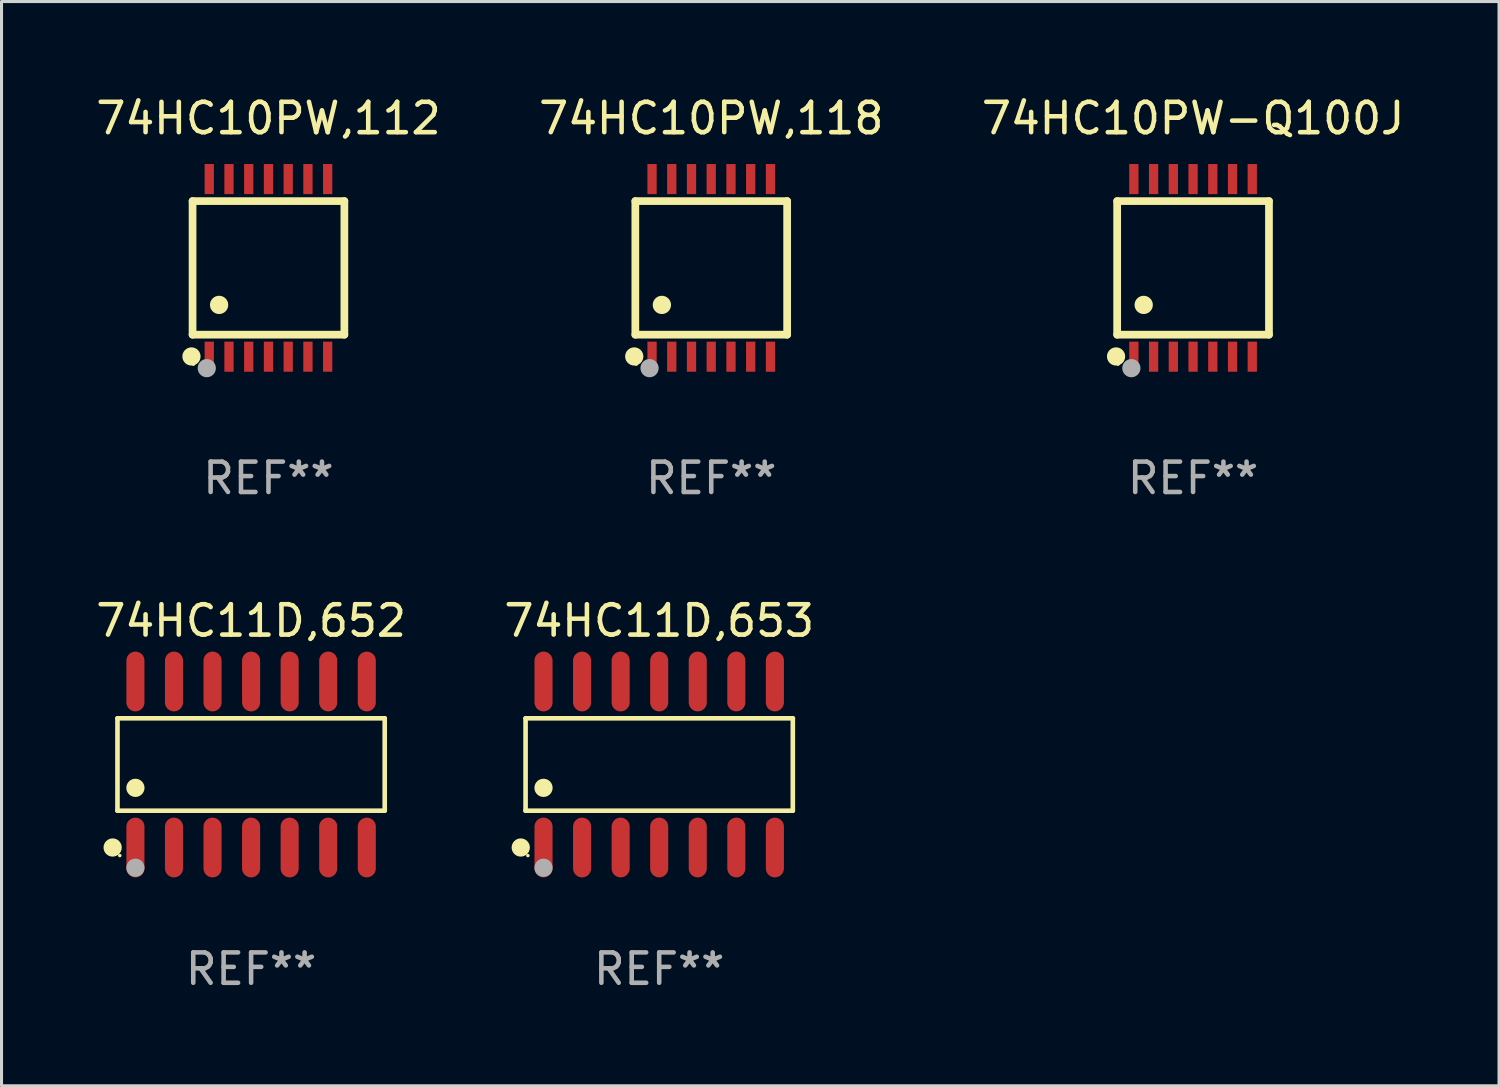
<source format=kicad_pcb>
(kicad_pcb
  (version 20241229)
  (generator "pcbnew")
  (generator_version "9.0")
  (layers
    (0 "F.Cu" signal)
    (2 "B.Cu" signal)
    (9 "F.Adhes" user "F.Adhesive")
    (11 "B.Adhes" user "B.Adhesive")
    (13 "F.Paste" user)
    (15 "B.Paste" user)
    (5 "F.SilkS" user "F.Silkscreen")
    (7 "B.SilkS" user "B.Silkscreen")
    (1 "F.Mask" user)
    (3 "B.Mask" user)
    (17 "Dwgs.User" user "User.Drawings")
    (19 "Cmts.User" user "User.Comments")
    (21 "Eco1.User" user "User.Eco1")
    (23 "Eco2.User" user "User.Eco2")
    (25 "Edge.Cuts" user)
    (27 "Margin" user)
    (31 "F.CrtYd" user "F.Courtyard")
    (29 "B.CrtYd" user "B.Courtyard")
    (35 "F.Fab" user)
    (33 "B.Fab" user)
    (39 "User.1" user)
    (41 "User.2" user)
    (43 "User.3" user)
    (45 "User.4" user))
  (footprint "74HC11D,653"
    (layer "F.Cu")
    (at 18.661 22.129)
    (property "Reference" "74HC11D,653" (at 0 -4.734 0) (layer "F.SilkS") (effects (font (size 1 1) (thickness 0.15))))
    (attr through_hole)
    (fp_line (start -4.401 -1.521) (end 4.401 -1.521) (stroke (width 0.152) (type solid)) (layer "F.SilkS"))
    (fp_line (start -4.401 1.521) (end -4.401 -1.521) (stroke (width 0.152) (type solid)) (layer "F.SilkS"))
    (fp_line (start 4.401 -1.521) (end 4.401 1.521) (stroke (width 0.152) (type solid)) (layer "F.SilkS"))
    (fp_line (start 4.401 1.521) (end -4.401 1.521) (stroke (width 0.152) (type solid)) (layer "F.SilkS"))
    (fp_circle (center -4.56 2.734) (end -4.41 2.734) (stroke (width 0.3) (type solid)) (fill no) (layer "F.SilkS"))
    (fp_circle (center -4.325 3) (end -4.295 3) (stroke (width 0.06) (type solid)) (fill no) (layer "F.SilkS"))
    (fp_circle (center -3.81 0.769) (end -3.66 0.769) (stroke (width 0.3) (type solid)) (fill no) (layer "F.SilkS"))
    (fp_circle (center -3.81 3.4) (end -3.66 3.4) (stroke (width 0.3) (type solid)) (fill no) (layer "F.Fab"))
    (fp_text user "REF**" (at 0 6.734 0) (layer "F.Fab") (effects (font (size 1 1) (thickness 0.15))))
    (pad "1" smd oval (at -3.81 2.734) (size 0.595 1.968) (layers "F.Cu" "F.Mask" "F.Paste"))
    (pad "2" smd oval (at -2.54 2.734) (size 0.595 1.968) (layers "F.Cu" "F.Mask" "F.Paste"))
    (pad "3" smd oval (at -1.27 2.734) (size 0.595 1.968) (layers "F.Cu" "F.Mask" "F.Paste"))
    (pad "4" smd oval (at 0 2.734) (size 0.595 1.968) (layers "F.Cu" "F.Mask" "F.Paste"))
    (pad "5" smd oval (at 1.27 2.734) (size 0.595 1.968) (layers "F.Cu" "F.Mask" "F.Paste"))
    (pad "6" smd oval (at 2.54 2.734) (size 0.595 1.968) (layers "F.Cu" "F.Mask" "F.Paste"))
    (pad "7" smd oval (at 3.81 2.734) (size 0.595 1.968) (layers "F.Cu" "F.Mask" "F.Paste"))
    (pad "8" smd oval (at 3.81 -2.734) (size 0.595 1.968) (layers "F.Cu" "F.Mask" "F.Paste"))
    (pad "9" smd oval (at 2.54 -2.734) (size 0.595 1.968) (layers "F.Cu" "F.Mask" "F.Paste"))
    (pad "10" smd oval (at 1.27 -2.734) (size 0.595 1.968) (layers "F.Cu" "F.Mask" "F.Paste"))
    (pad "11" smd oval (at 0 -2.734) (size 0.595 1.968) (layers "F.Cu" "F.Mask" "F.Paste"))
    (pad "12" smd oval (at -1.27 -2.734) (size 0.595 1.968) (layers "F.Cu" "F.Mask" "F.Paste"))
    (pad "13" smd oval (at -2.54 -2.734) (size 0.595 1.968) (layers "F.Cu" "F.Mask" "F.Paste"))
    (pad "14" smd oval (at -3.81 -2.734) (size 0.595 1.968) (layers "F.Cu" "F.Mask" "F.Paste")))
  (footprint "74HC10PW,118"
    (layer "F.Cu")
    (at 20.375 5.773)
    (property "Reference" "74HC10PW,118" (at 0 -4.925 0) (layer "F.SilkS") (effects (font (size 1 1) (thickness 0.15))))
    (attr through_hole)
    (fp_line (start -2.5 2.2) (end -2.5 -2.2) (stroke (width 0.254) (type solid)) (layer "F.SilkS"))
    (fp_line (start -2.5 2.2) (end 2.5 2.2) (stroke (width 0.254) (type solid)) (layer "F.SilkS"))
    (fp_line (start 2.5 -2.2) (end -2.5 -2.2) (stroke (width 0.254) (type solid)) (layer "F.SilkS"))
    (fp_line (start 2.5 -2.2) (end 2.5 2.2) (stroke (width 0.254) (type solid)) (layer "F.SilkS"))
    (fp_circle (center -2.536 2.917) (end -2.386 2.917) (stroke (width 0.3) (type solid)) (fill no) (layer "F.SilkS"))
    (fp_circle (center -2.47 3.17) (end -2.44 3.17) (stroke (width 0.06) (type solid)) (fill no) (layer "F.SilkS"))
    (fp_circle (center -1.626 1.219) (end -1.475 1.219) (stroke (width 0.3) (type solid)) (fill no) (layer "F.SilkS"))
    (fp_circle (center -2.032 3.302) (end -1.882 3.302) (stroke (width 0.3) (type solid)) (fill no) (layer "F.Fab"))
    (fp_text user "REF**" (at 0 6.925 0) (layer "F.Fab") (effects (font (size 1 1) (thickness 0.15))))
    (pad "1" smd rect (at -1.95 2.925) (size 0.305 0.991) (layers "F.Cu" "F.Mask" "F.Paste"))
    (pad "2" smd rect (at -1.3 2.925) (size 0.305 0.991) (layers "F.Cu" "F.Mask" "F.Paste"))
    (pad "3" smd rect (at -0.65 2.925) (size 0.305 0.991) (layers "F.Cu" "F.Mask" "F.Paste"))
    (pad "4" smd rect (at 0 2.925) (size 0.305 0.991) (layers "F.Cu" "F.Mask" "F.Paste"))
    (pad "5" smd rect (at 0.65 2.925) (size 0.305 0.991) (layers "F.Cu" "F.Mask" "F.Paste"))
    (pad "6" smd rect (at 1.3 2.925) (size 0.305 0.991) (layers "F.Cu" "F.Mask" "F.Paste"))
    (pad "7" smd rect (at 1.95 2.925) (size 0.305 0.991) (layers "F.Cu" "F.Mask" "F.Paste"))
    (pad "8" smd rect (at 1.95 -2.925) (size 0.305 0.991) (layers "F.Cu" "F.Mask" "F.Paste"))
    (pad "9" smd rect (at 1.3 -2.925) (size 0.305 0.991) (layers "F.Cu" "F.Mask" "F.Paste"))
    (pad "10" smd rect (at 0.65 -2.925) (size 0.305 0.991) (layers "F.Cu" "F.Mask" "F.Paste"))
    (pad "11" smd rect (at 0 -2.925) (size 0.305 0.991) (layers "F.Cu" "F.Mask" "F.Paste"))
    (pad "12" smd rect (at -0.65 -2.925) (size 0.305 0.991) (layers "F.Cu" "F.Mask" "F.Paste"))
    (pad "13" smd rect (at -1.3 -2.925) (size 0.305 0.991) (layers "F.Cu" "F.Mask" "F.Paste"))
    (pad "14" smd rect (at -1.95 -2.925) (size 0.305 0.991) (layers "F.Cu" "F.Mask" "F.Paste")))
  (footprint "74HC10PW,112"
    (layer "F.Cu")
    (at 5.792 5.773)
    (property "Reference" "74HC10PW,112" (at 0 -4.925 0) (layer "F.SilkS") (effects (font (size 1 1) (thickness 0.15))))
    (attr through_hole)
    (fp_line (start -2.5 2.2) (end -2.5 -2.2) (stroke (width 0.254) (type solid)) (layer "F.SilkS"))
    (fp_line (start -2.5 2.2) (end 2.5 2.2) (stroke (width 0.254) (type solid)) (layer "F.SilkS"))
    (fp_line (start 2.5 -2.2) (end -2.5 -2.2) (stroke (width 0.254) (type solid)) (layer "F.SilkS"))
    (fp_line (start 2.5 -2.2) (end 2.5 2.2) (stroke (width 0.254) (type solid)) (layer "F.SilkS"))
    (fp_circle (center -2.536 2.917) (end -2.386 2.917) (stroke (width 0.3) (type solid)) (fill no) (layer "F.SilkS"))
    (fp_circle (center -2.47 3.17) (end -2.44 3.17) (stroke (width 0.06) (type solid)) (fill no) (layer "F.SilkS"))
    (fp_circle (center -1.626 1.219) (end -1.475 1.219) (stroke (width 0.3) (type solid)) (fill no) (layer "F.SilkS"))
    (fp_circle (center -2.032 3.302) (end -1.882 3.302) (stroke (width 0.3) (type solid)) (fill no) (layer "F.Fab"))
    (fp_text user "REF**" (at 0 6.925 0) (layer "F.Fab") (effects (font (size 1 1) (thickness 0.15))))
    (pad "1" smd rect (at -1.95 2.925) (size 0.305 0.991) (layers "F.Cu" "F.Mask" "F.Paste"))
    (pad "2" smd rect (at -1.3 2.925) (size 0.305 0.991) (layers "F.Cu" "F.Mask" "F.Paste"))
    (pad "3" smd rect (at -0.65 2.925) (size 0.305 0.991) (layers "F.Cu" "F.Mask" "F.Paste"))
    (pad "4" smd rect (at 0 2.925) (size 0.305 0.991) (layers "F.Cu" "F.Mask" "F.Paste"))
    (pad "5" smd rect (at 0.65 2.925) (size 0.305 0.991) (layers "F.Cu" "F.Mask" "F.Paste"))
    (pad "6" smd rect (at 1.3 2.925) (size 0.305 0.991) (layers "F.Cu" "F.Mask" "F.Paste"))
    (pad "7" smd rect (at 1.95 2.925) (size 0.305 0.991) (layers "F.Cu" "F.Mask" "F.Paste"))
    (pad "8" smd rect (at 1.95 -2.925) (size 0.305 0.991) (layers "F.Cu" "F.Mask" "F.Paste"))
    (pad "9" smd rect (at 1.3 -2.925) (size 0.305 0.991) (layers "F.Cu" "F.Mask" "F.Paste"))
    (pad "10" smd rect (at 0.65 -2.925) (size 0.305 0.991) (layers "F.Cu" "F.Mask" "F.Paste"))
    (pad "11" smd rect (at 0 -2.925) (size 0.305 0.991) (layers "F.Cu" "F.Mask" "F.Paste"))
    (pad "12" smd rect (at -0.65 -2.925) (size 0.305 0.991) (layers "F.Cu" "F.Mask" "F.Paste"))
    (pad "13" smd rect (at -1.3 -2.925) (size 0.305 0.991) (layers "F.Cu" "F.Mask" "F.Paste"))
    (pad "14" smd rect (at -1.95 -2.925) (size 0.305 0.991) (layers "F.Cu" "F.Mask" "F.Paste")))
  (footprint "74HC10PW-Q100J"
    (layer "F.Cu")
    (at 36.244 5.773)
    (property "Reference" "74HC10PW-Q100J" (at 0 -4.925 0) (layer "F.SilkS") (effects (font (size 1 1) (thickness 0.15))))
    (attr through_hole)
    (fp_line (start -2.5 2.2) (end -2.5 -2.2) (stroke (width 0.254) (type solid)) (layer "F.SilkS"))
    (fp_line (start -2.5 2.2) (end 2.5 2.2) (stroke (width 0.254) (type solid)) (layer "F.SilkS"))
    (fp_line (start 2.5 -2.2) (end -2.5 -2.2) (stroke (width 0.254) (type solid)) (layer "F.SilkS"))
    (fp_line (start 2.5 -2.2) (end 2.5 2.2) (stroke (width 0.254) (type solid)) (layer "F.SilkS"))
    (fp_circle (center -2.536 2.917) (end -2.386 2.917) (stroke (width 0.3) (type solid)) (fill no) (layer "F.SilkS"))
    (fp_circle (center -2.47 3.17) (end -2.44 3.17) (stroke (width 0.06) (type solid)) (fill no) (layer "F.SilkS"))
    (fp_circle (center -1.626 1.219) (end -1.475 1.219) (stroke (width 0.3) (type solid)) (fill no) (layer "F.SilkS"))
    (fp_circle (center -2.032 3.302) (end -1.882 3.302) (stroke (width 0.3) (type solid)) (fill no) (layer "F.Fab"))
    (fp_text user "REF**" (at 0 6.925 0) (layer "F.Fab") (effects (font (size 1 1) (thickness 0.15))))
    (pad "1" smd rect (at -1.95 2.925) (size 0.305 0.991) (layers "F.Cu" "F.Mask" "F.Paste"))
    (pad "2" smd rect (at -1.3 2.925) (size 0.305 0.991) (layers "F.Cu" "F.Mask" "F.Paste"))
    (pad "3" smd rect (at -0.65 2.925) (size 0.305 0.991) (layers "F.Cu" "F.Mask" "F.Paste"))
    (pad "4" smd rect (at 0 2.925) (size 0.305 0.991) (layers "F.Cu" "F.Mask" "F.Paste"))
    (pad "5" smd rect (at 0.65 2.925) (size 0.305 0.991) (layers "F.Cu" "F.Mask" "F.Paste"))
    (pad "6" smd rect (at 1.3 2.925) (size 0.305 0.991) (layers "F.Cu" "F.Mask" "F.Paste"))
    (pad "7" smd rect (at 1.95 2.925) (size 0.305 0.991) (layers "F.Cu" "F.Mask" "F.Paste"))
    (pad "8" smd rect (at 1.95 -2.925) (size 0.305 0.991) (layers "F.Cu" "F.Mask" "F.Paste"))
    (pad "9" smd rect (at 1.3 -2.925) (size 0.305 0.991) (layers "F.Cu" "F.Mask" "F.Paste"))
    (pad "10" smd rect (at 0.65 -2.925) (size 0.305 0.991) (layers "F.Cu" "F.Mask" "F.Paste"))
    (pad "11" smd rect (at 0 -2.925) (size 0.305 0.991) (layers "F.Cu" "F.Mask" "F.Paste"))
    (pad "12" smd rect (at -0.65 -2.925) (size 0.305 0.991) (layers "F.Cu" "F.Mask" "F.Paste"))
    (pad "13" smd rect (at -1.3 -2.925) (size 0.305 0.991) (layers "F.Cu" "F.Mask" "F.Paste"))
    (pad "14" smd rect (at -1.95 -2.925) (size 0.305 0.991) (layers "F.Cu" "F.Mask" "F.Paste")))
  (footprint "74HC11D,652"
    (layer "F.Cu")
    (at 5.22 22.129)
    (property "Reference" "74HC11D,652" (at 0 -4.734 0) (layer "F.SilkS") (effects (font (size 1 1) (thickness 0.15))))
    (attr through_hole)
    (fp_line (start -4.401 -1.521) (end 4.401 -1.521) (stroke (width 0.152) (type solid)) (layer "F.SilkS"))
    (fp_line (start -4.401 1.521) (end -4.401 -1.521) (stroke (width 0.152) (type solid)) (layer "F.SilkS"))
    (fp_line (start 4.401 -1.521) (end 4.401 1.521) (stroke (width 0.152) (type solid)) (layer "F.SilkS"))
    (fp_line (start 4.401 1.521) (end -4.401 1.521) (stroke (width 0.152) (type solid)) (layer "F.SilkS"))
    (fp_circle (center -4.56 2.734) (end -4.41 2.734) (stroke (width 0.3) (type solid)) (fill no) (layer "F.SilkS"))
    (fp_circle (center -4.325 3) (end -4.295 3) (stroke (width 0.06) (type solid)) (fill no) (layer "F.SilkS"))
    (fp_circle (center -3.81 0.769) (end -3.66 0.769) (stroke (width 0.3) (type solid)) (fill no) (layer "F.SilkS"))
    (fp_circle (center -3.81 3.4) (end -3.66 3.4) (stroke (width 0.3) (type solid)) (fill no) (layer "F.Fab"))
    (fp_text user "REF**" (at 0 6.734 0) (layer "F.Fab") (effects (font (size 1 1) (thickness 0.15))))
    (pad "1" smd oval (at -3.81 2.734) (size 0.595 1.968) (layers "F.Cu" "F.Mask" "F.Paste"))
    (pad "2" smd oval (at -2.54 2.734) (size 0.595 1.968) (layers "F.Cu" "F.Mask" "F.Paste"))
    (pad "3" smd oval (at -1.27 2.734) (size 0.595 1.968) (layers "F.Cu" "F.Mask" "F.Paste"))
    (pad "4" smd oval (at 0 2.734) (size 0.595 1.968) (layers "F.Cu" "F.Mask" "F.Paste"))
    (pad "5" smd oval (at 1.27 2.734) (size 0.595 1.968) (layers "F.Cu" "F.Mask" "F.Paste"))
    (pad "6" smd oval (at 2.54 2.734) (size 0.595 1.968) (layers "F.Cu" "F.Mask" "F.Paste"))
    (pad "7" smd oval (at 3.81 2.734) (size 0.595 1.968) (layers "F.Cu" "F.Mask" "F.Paste"))
    (pad "8" smd oval (at 3.81 -2.734) (size 0.595 1.968) (layers "F.Cu" "F.Mask" "F.Paste"))
    (pad "9" smd oval (at 2.54 -2.734) (size 0.595 1.968) (layers "F.Cu" "F.Mask" "F.Paste"))
    (pad "10" smd oval (at 1.27 -2.734) (size 0.595 1.968) (layers "F.Cu" "F.Mask" "F.Paste"))
    (pad "11" smd oval (at 0 -2.734) (size 0.595 1.968) (layers "F.Cu" "F.Mask" "F.Paste"))
    (pad "12" smd oval (at -1.27 -2.734) (size 0.595 1.968) (layers "F.Cu" "F.Mask" "F.Paste"))
    (pad "13" smd oval (at -2.54 -2.734) (size 0.595 1.968) (layers "F.Cu" "F.Mask" "F.Paste"))
    (pad "14" smd oval (at -3.81 -2.734) (size 0.595 1.968) (layers "F.Cu" "F.Mask" "F.Paste")))
  (gr_rect
    (start -3 -3)
    (end 46.321 32.711)
    (stroke (width 0.1) (type default))
    (fill no)
    (layer "Edge.Cuts")))
</source>
